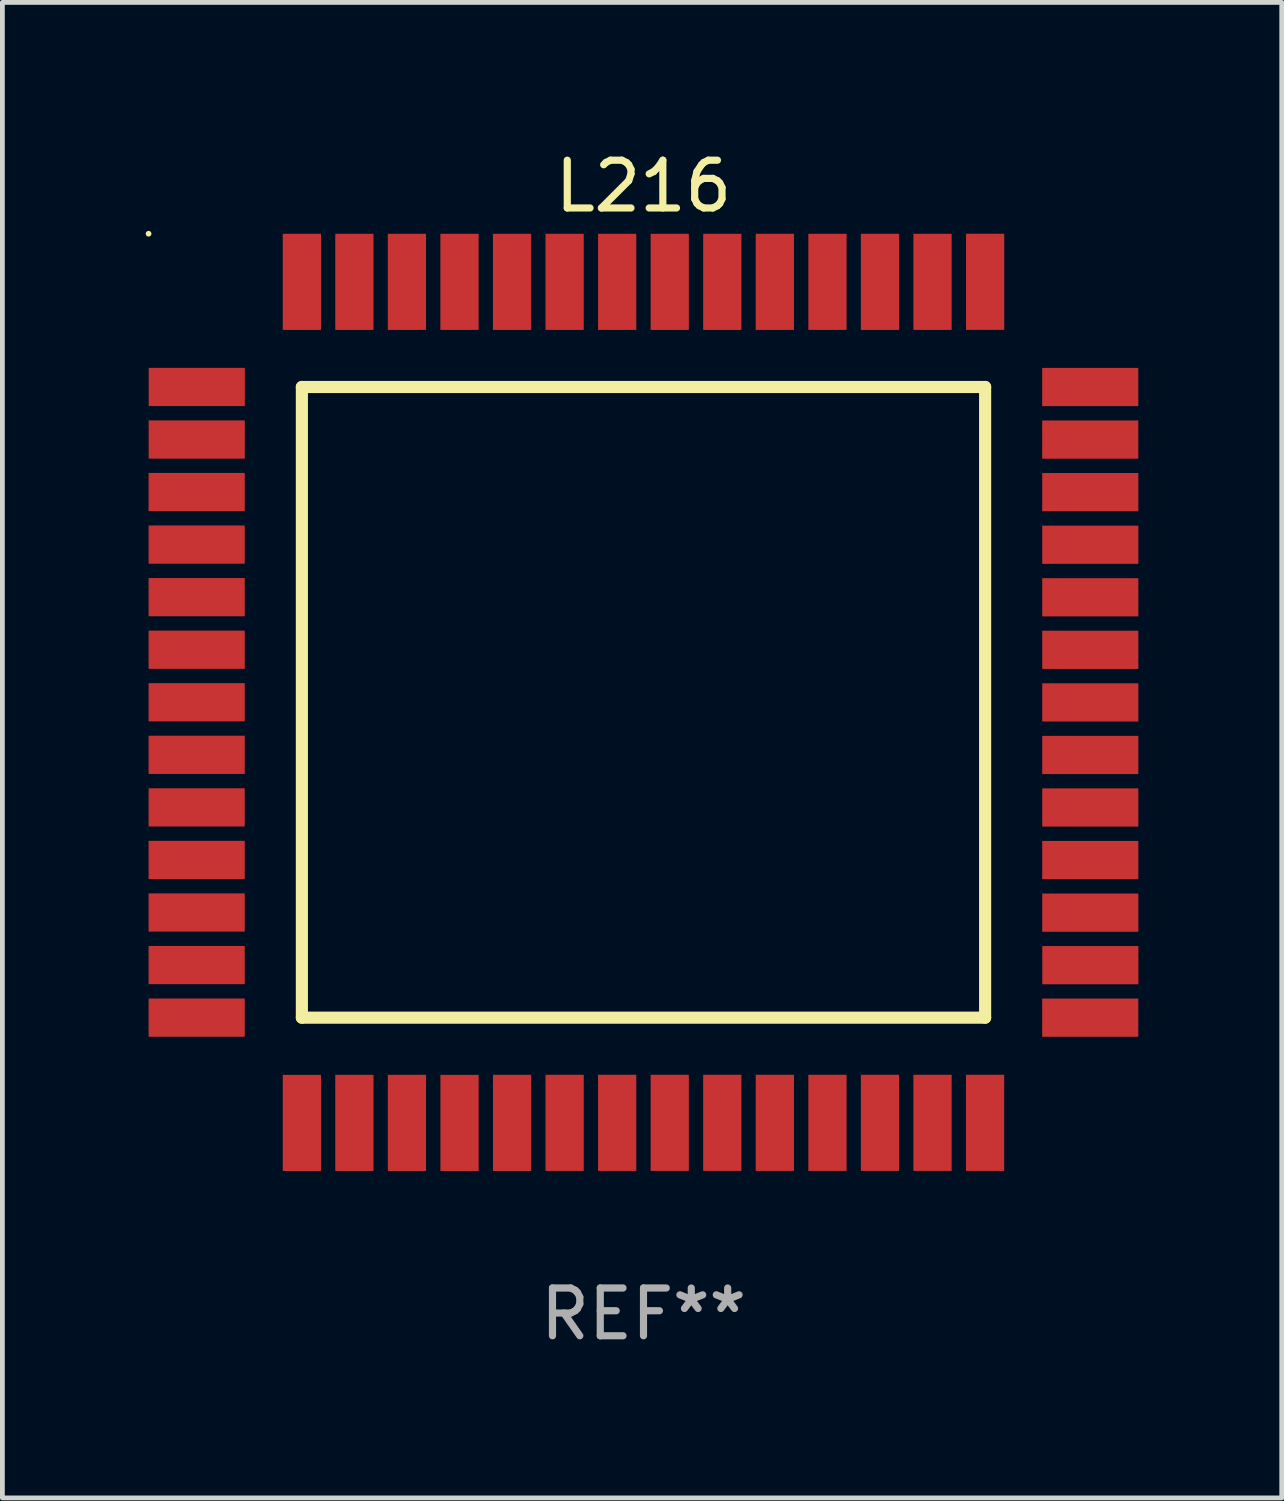
<source format=kicad_pcb>
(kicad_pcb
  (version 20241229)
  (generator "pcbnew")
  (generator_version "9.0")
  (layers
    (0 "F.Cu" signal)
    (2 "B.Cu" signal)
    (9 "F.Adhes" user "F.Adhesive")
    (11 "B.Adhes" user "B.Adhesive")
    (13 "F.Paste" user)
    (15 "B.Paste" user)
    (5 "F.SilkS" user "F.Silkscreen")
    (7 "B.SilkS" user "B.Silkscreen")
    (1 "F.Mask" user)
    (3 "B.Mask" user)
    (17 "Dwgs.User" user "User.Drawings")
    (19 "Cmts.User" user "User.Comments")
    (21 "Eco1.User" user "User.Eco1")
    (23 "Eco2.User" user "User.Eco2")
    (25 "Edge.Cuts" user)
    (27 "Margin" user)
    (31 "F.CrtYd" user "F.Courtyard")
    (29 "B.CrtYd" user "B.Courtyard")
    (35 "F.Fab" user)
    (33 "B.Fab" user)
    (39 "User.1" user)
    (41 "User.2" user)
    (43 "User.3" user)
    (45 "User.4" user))
  (footprint "L216"
    (layer "F.Cu")
    (at 10.418 11.65)
    (property "Reference" "L216" (at 0 -10.802 0) (layer "F.SilkS") (effects (font (size 1 1) (thickness 0.15))))
    (attr through_hole)
    (fp_line (start -7.15 -6.601) (end 7.15 -6.601) (stroke (width 0.254) (type solid)) (layer "F.SilkS"))
    (fp_line (start -7.15 6.599) (end -7.15 -6.601) (stroke (width 0.254) (type solid)) (layer "F.SilkS"))
    (fp_line (start 7.15 -6.601) (end 7.15 6.599) (stroke (width 0.254) (type solid)) (layer "F.SilkS"))
    (fp_line (start 7.15 6.599) (end -7.15 6.599) (stroke (width 0.254) (type solid)) (layer "F.SilkS"))
    (fp_circle (center -10.358 -9.808) (end -10.328 -9.808) (stroke (width 0.06) (type solid)) (fill no) (layer "F.SilkS"))
    (fp_text user "REF**" (at 0 12.802 0) (layer "F.Fab") (effects (font (size 1 1) (thickness 0.15))))
    (pad "1" smd rect (at -9.35 -6.601 180) (size 2.012 0.8) (layers "F.Cu" "F.Mask" "F.Paste"))
    (pad "2" smd rect (at -9.351 -5.501 180) (size 2.012 0.8) (layers "F.Cu" "F.Mask" "F.Paste"))
    (pad "3" smd rect (at -9.352 -4.402 180) (size 2.012 0.8) (layers "F.Cu" "F.Mask" "F.Paste"))
    (pad "4" smd rect (at -9.352 -3.302 180) (size 2.012 0.8) (layers "F.Cu" "F.Mask" "F.Paste"))
    (pad "5" smd rect (at -9.352 -2.202 180) (size 2.012 0.8) (layers "F.Cu" "F.Mask" "F.Paste"))
    (pad "6" smd rect (at -9.352 -1.102 180) (size 2.012 0.8) (layers "F.Cu" "F.Mask" "F.Paste"))
    (pad "7" smd rect (at -9.352 -0.002 180) (size 2.012 0.8) (layers "F.Cu" "F.Mask" "F.Paste"))
    (pad "8" smd rect (at -9.352 1.098 180) (size 2.012 0.8) (layers "F.Cu" "F.Mask" "F.Paste"))
    (pad "9" smd rect (at -9.352 2.198 180) (size 2.012 0.8) (layers "F.Cu" "F.Mask" "F.Paste"))
    (pad "10" smd rect (at -9.352 3.298 180) (size 2.012 0.8) (layers "F.Cu" "F.Mask" "F.Paste"))
    (pad "11" smd rect (at -9.352 4.398 180) (size 2.012 0.8) (layers "F.Cu" "F.Mask" "F.Paste"))
    (pad "12" smd rect (at -9.352 5.498 180) (size 2.012 0.8) (layers "F.Cu" "F.Mask" "F.Paste"))
    (pad "13" smd rect (at -9.352 6.598 180) (size 2.012 0.8) (layers "F.Cu" "F.Mask" "F.Paste"))
    (pad "14" smd rect (at -7.15 8.802 270) (size 2.012 0.8) (layers "F.Cu" "F.Mask" "F.Paste"))
    (pad "15" smd rect (at -6.051 8.801 270) (size 2.012 0.8) (layers "F.Cu" "F.Mask" "F.Paste"))
    (pad "16" smd rect (at -4.951 8.801 270) (size 2.012 0.8) (layers "F.Cu" "F.Mask" "F.Paste"))
    (pad "17" smd rect (at -3.85 8.802 270) (size 2.012 0.8) (layers "F.Cu" "F.Mask" "F.Paste"))
    (pad "18" smd rect (at -2.75 8.801 270) (size 2.012 0.8) (layers "F.Cu" "F.Mask" "F.Paste"))
    (pad "19" smd rect (at -1.651 8.8 270) (size 2.012 0.8) (layers "F.Cu" "F.Mask" "F.Paste"))
    (pad "20" smd rect (at -0.551 8.8 270) (size 2.012 0.8) (layers "F.Cu" "F.Mask" "F.Paste"))
    (pad "21" smd rect (at 0.549 8.8 270) (size 2.012 0.8) (layers "F.Cu" "F.Mask" "F.Paste"))
    (pad "22" smd rect (at 1.649 8.8 270) (size 2.012 0.8) (layers "F.Cu" "F.Mask" "F.Paste"))
    (pad "23" smd rect (at 2.749 8.8 270) (size 2.012 0.8) (layers "F.Cu" "F.Mask" "F.Paste"))
    (pad "24" smd rect (at 3.85 8.8 270) (size 2.012 0.8) (layers "F.Cu" "F.Mask" "F.Paste"))
    (pad "25" smd rect (at 4.949 8.8 270) (size 2.012 0.8) (layers "F.Cu" "F.Mask" "F.Paste"))
    (pad "26" smd rect (at 6.049 8.8 270) (size 2.012 0.8) (layers "F.Cu" "F.Mask" "F.Paste"))
    (pad "27" smd rect (at 7.149 8.8 270) (size 2.012 0.8) (layers "F.Cu" "F.Mask" "F.Paste"))
    (pad "28" smd rect (at 9.35 6.599) (size 2.012 0.8) (layers "F.Cu" "F.Mask" "F.Paste"))
    (pad "29" smd rect (at 9.352 5.5) (size 2.012 0.8) (layers "F.Cu" "F.Mask" "F.Paste"))
    (pad "30" smd rect (at 9.351 4.401) (size 2.012 0.8) (layers "F.Cu" "F.Mask" "F.Paste"))
    (pad "31" smd rect (at 9.351 3.3) (size 2.012 0.8) (layers "F.Cu" "F.Mask" "F.Paste"))
    (pad "32" smd rect (at 9.351 2.2) (size 2.012 0.8) (layers "F.Cu" "F.Mask" "F.Paste"))
    (pad "33" smd rect (at 9.351 1.101) (size 2.012 0.8) (layers "F.Cu" "F.Mask" "F.Paste"))
    (pad "34" smd rect (at 9.351 0.001) (size 2.012 0.8) (layers "F.Cu" "F.Mask" "F.Paste"))
    (pad "35" smd rect (at 9.351 -1.1) (size 2.012 0.8) (layers "F.Cu" "F.Mask" "F.Paste"))
    (pad "36" smd rect (at 9.351 -2.199) (size 2.012 0.8) (layers "F.Cu" "F.Mask" "F.Paste"))
    (pad "37" smd rect (at 9.351 -3.299) (size 2.012 0.8) (layers "F.Cu" "F.Mask" "F.Paste"))
    (pad "38" smd rect (at 9.351 -4.4) (size 2.012 0.8) (layers "F.Cu" "F.Mask" "F.Paste"))
    (pad "39" smd rect (at 9.35 -5.5) (size 2.012 0.8) (layers "F.Cu" "F.Mask" "F.Paste"))
    (pad "40" smd rect (at 9.35 -6.6) (size 2.012 0.8) (layers "F.Cu" "F.Mask" "F.Paste"))
    (pad "41" smd rect (at 7.15 -8.802 90) (size 2.012 0.8) (layers "F.Cu" "F.Mask" "F.Paste"))
    (pad "42" smd rect (at 6.049 -8.801 90) (size 2.012 0.8) (layers "F.Cu" "F.Mask" "F.Paste"))
    (pad "43" smd rect (at 4.949 -8.801 90) (size 2.012 0.8) (layers "F.Cu" "F.Mask" "F.Paste"))
    (pad "44" smd rect (at 3.85 -8.801 90) (size 2.012 0.8) (layers "F.Cu" "F.Mask" "F.Paste"))
    (pad "45" smd rect (at 2.749 -8.801 90) (size 2.012 0.8) (layers "F.Cu" "F.Mask" "F.Paste"))
    (pad "46" smd rect (at 1.649 -8.801 90) (size 2.012 0.8) (layers "F.Cu" "F.Mask" "F.Paste"))
    (pad "47" smd rect (at 0.549 -8.801 90) (size 2.012 0.8) (layers "F.Cu" "F.Mask" "F.Paste"))
    (pad "48" smd rect (at -0.551 -8.801 90) (size 2.012 0.8) (layers "F.Cu" "F.Mask" "F.Paste"))
    (pad "49" smd rect (at -1.651 -8.801 90) (size 2.012 0.8) (layers "F.Cu" "F.Mask" "F.Paste"))
    (pad "50" smd rect (at -2.751 -8.801 90) (size 2.012 0.8) (layers "F.Cu" "F.Mask" "F.Paste"))
    (pad "51" smd rect (at -3.851 -8.801 90) (size 2.012 0.8) (layers "F.Cu" "F.Mask" "F.Paste"))
    (pad "52" smd rect (at -4.951 -8.801 90) (size 2.012 0.8) (layers "F.Cu" "F.Mask" "F.Paste"))
    (pad "53" smd rect (at -6.051 -8.801 90) (size 2.012 0.8) (layers "F.Cu" "F.Mask" "F.Paste"))
    (pad "54" smd rect (at -7.15 -8.801 90) (size 2.012 0.8) (layers "F.Cu" "F.Mask" "F.Paste")))
  (gr_rect
    (start -3 -3)
    (end 23.776 28.301)
    (stroke (width 0.1) (type default))
    (fill no)
    (layer "Edge.Cuts")))
</source>
